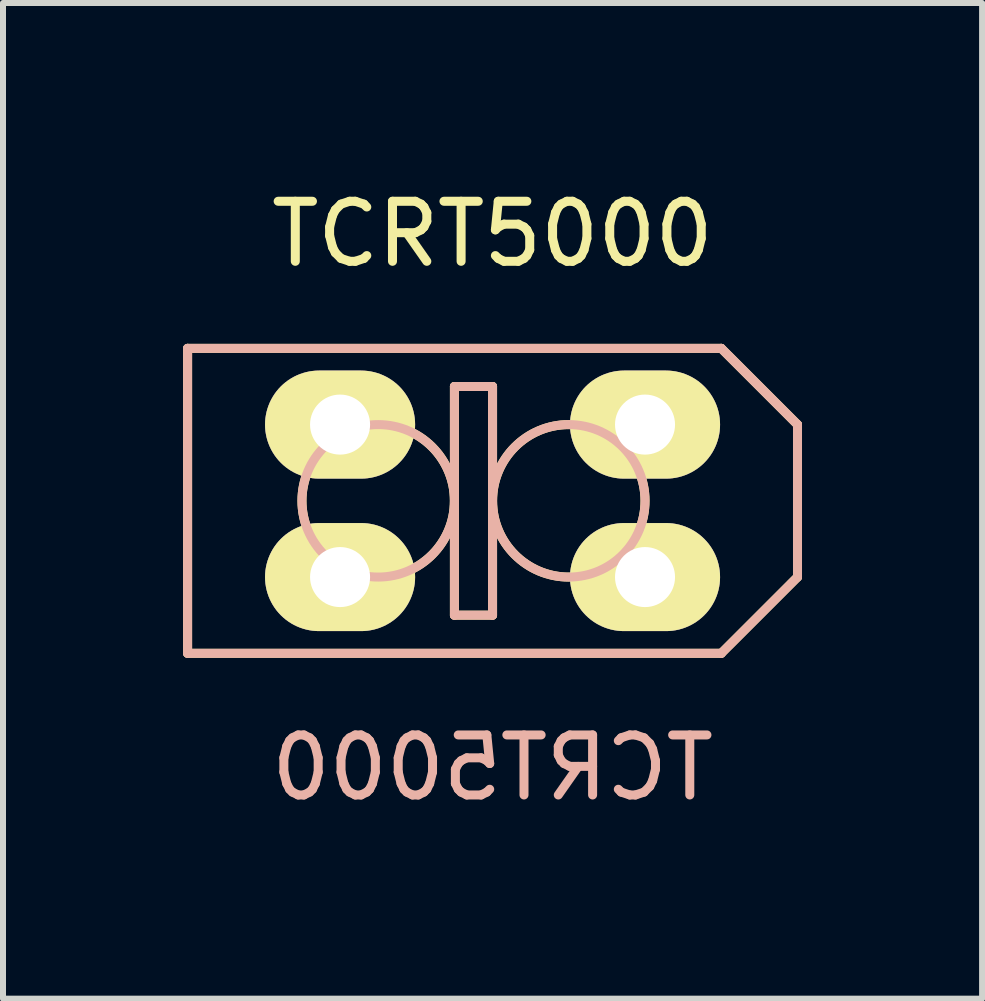
<source format=kicad_pcb>
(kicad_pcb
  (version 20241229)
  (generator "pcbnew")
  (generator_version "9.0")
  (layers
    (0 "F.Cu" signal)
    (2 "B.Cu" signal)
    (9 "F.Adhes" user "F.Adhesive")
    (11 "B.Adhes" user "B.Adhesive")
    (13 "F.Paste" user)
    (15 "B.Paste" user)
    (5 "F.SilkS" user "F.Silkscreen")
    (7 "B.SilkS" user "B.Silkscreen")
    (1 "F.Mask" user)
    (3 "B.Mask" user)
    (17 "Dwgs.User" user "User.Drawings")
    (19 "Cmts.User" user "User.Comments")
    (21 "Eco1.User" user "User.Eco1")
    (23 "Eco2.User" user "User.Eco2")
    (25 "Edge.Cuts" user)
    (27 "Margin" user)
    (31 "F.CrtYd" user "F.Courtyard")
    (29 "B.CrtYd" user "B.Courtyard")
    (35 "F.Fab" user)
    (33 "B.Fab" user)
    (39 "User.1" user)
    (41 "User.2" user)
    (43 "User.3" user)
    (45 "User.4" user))
  (footprint "TCRT5000"
    (layer "F.Cu")
    (at 5.155 5.293)
    (property "Reference" "TCRT5000" (at 0 -4.445 0) (layer "F.SilkS") (effects (font (size 1 1) (thickness 0.15))))
    (attr through_hole)
    (fp_line (start -5.08 -2.54) (end 3.81 -2.54) (stroke (width 0.15) (type solid)) (layer "F.SilkS"))
    (fp_line (start -5.08 2.54) (end -5.08 -2.54) (stroke (width 0.15) (type solid)) (layer "F.SilkS"))
    (fp_line (start -0.635 -1.905) (end 0 -1.905) (stroke (width 0.15) (type solid)) (layer "F.SilkS"))
    (fp_line (start -0.635 1.905) (end -0.635 -1.905) (stroke (width 0.15) (type solid)) (layer "F.SilkS"))
    (fp_line (start 0 -1.905) (end 0 1.905) (stroke (width 0.15) (type solid)) (layer "F.SilkS"))
    (fp_line (start 0 1.905) (end -0.635 1.905) (stroke (width 0.15) (type solid)) (layer "F.SilkS"))
    (fp_line (start 3.81 -2.54) (end 5.08 -1.27) (stroke (width 0.15) (type solid)) (layer "F.SilkS"))
    (fp_line (start 3.81 2.54) (end -5.08 2.54) (stroke (width 0.15) (type solid)) (layer "F.SilkS"))
    (fp_line (start 5.08 -1.27) (end 5.08 1.27) (stroke (width 0.15) (type solid)) (layer "F.SilkS"))
    (fp_line (start 5.08 1.27) (end 3.81 2.54) (stroke (width 0.15) (type solid)) (layer "F.SilkS"))
    (fp_circle (center -1.905 0) (end -0.635 0) (stroke (width 0.15) (type solid)) (fill no) (layer "F.SilkS"))
    (fp_circle (center 1.27 0) (end 0 0) (stroke (width 0.15) (type solid)) (fill no) (layer "F.SilkS"))
    (fp_line (start -5.08 -2.54) (end 3.81 -2.54) (stroke (width 0.15) (type solid)) (layer "B.SilkS"))
    (fp_line (start -5.08 2.54) (end -5.08 -2.54) (stroke (width 0.15) (type solid)) (layer "B.SilkS"))
    (fp_line (start -0.635 -1.905) (end 0 -1.905) (stroke (width 0.15) (type solid)) (layer "B.SilkS"))
    (fp_line (start -0.635 1.905) (end -0.635 -1.905) (stroke (width 0.15) (type solid)) (layer "B.SilkS"))
    (fp_line (start 0 -1.905) (end 0 1.905) (stroke (width 0.15) (type solid)) (layer "B.SilkS"))
    (fp_line (start 0 1.905) (end -0.635 1.905) (stroke (width 0.15) (type solid)) (layer "B.SilkS"))
    (fp_line (start 3.81 -2.54) (end 5.08 -1.27) (stroke (width 0.15) (type solid)) (layer "B.SilkS"))
    (fp_line (start 3.81 2.54) (end -5.08 2.54) (stroke (width 0.15) (type solid)) (layer "B.SilkS"))
    (fp_line (start 5.08 -1.27) (end 5.08 1.27) (stroke (width 0.15) (type solid)) (layer "B.SilkS"))
    (fp_line (start 5.08 1.27) (end 3.81 2.54) (stroke (width 0.15) (type solid)) (layer "B.SilkS"))
    (fp_circle (center -1.905 0) (end -3.175 0) (stroke (width 0.15) (type solid)) (fill no) (layer "B.SilkS"))
    (fp_circle (center 1.27 0) (end 0 0) (stroke (width 0.15) (type solid)) (fill no) (layer "B.SilkS"))
    (fp_text user "TCRT5000" (at 0 4.445 0) (layer "B.SilkS") (effects (font (size 1 1) (thickness 0.15)) (justify mirror)))
    (pad "1" thru_hole oval (at 2.54 -1.27) (size 2.5 1.8) (drill 1) (layers "*.Cu" "*.Mask" "F.SilkS"))
    (pad "2" thru_hole oval (at 2.54 1.27) (size 2.5 1.8) (drill 1) (layers "*.Cu" "*.Mask" "F.SilkS"))
    (pad "3" thru_hole oval (at -2.54 -1.27) (size 2.5 1.8) (drill 1) (layers "*.Cu" "*.Mask" "F.SilkS"))
    (pad "4" thru_hole oval (at -2.54 1.27) (size 2.5 1.8) (drill 1) (layers "*.Cu" "*.Mask" "F.SilkS")))
  (gr_rect
    (start -3 -3)
    (end 13.31 13.586)
    (stroke (width 0.1) (type default))
    (fill no)
    (layer "Edge.Cuts")))
</source>
